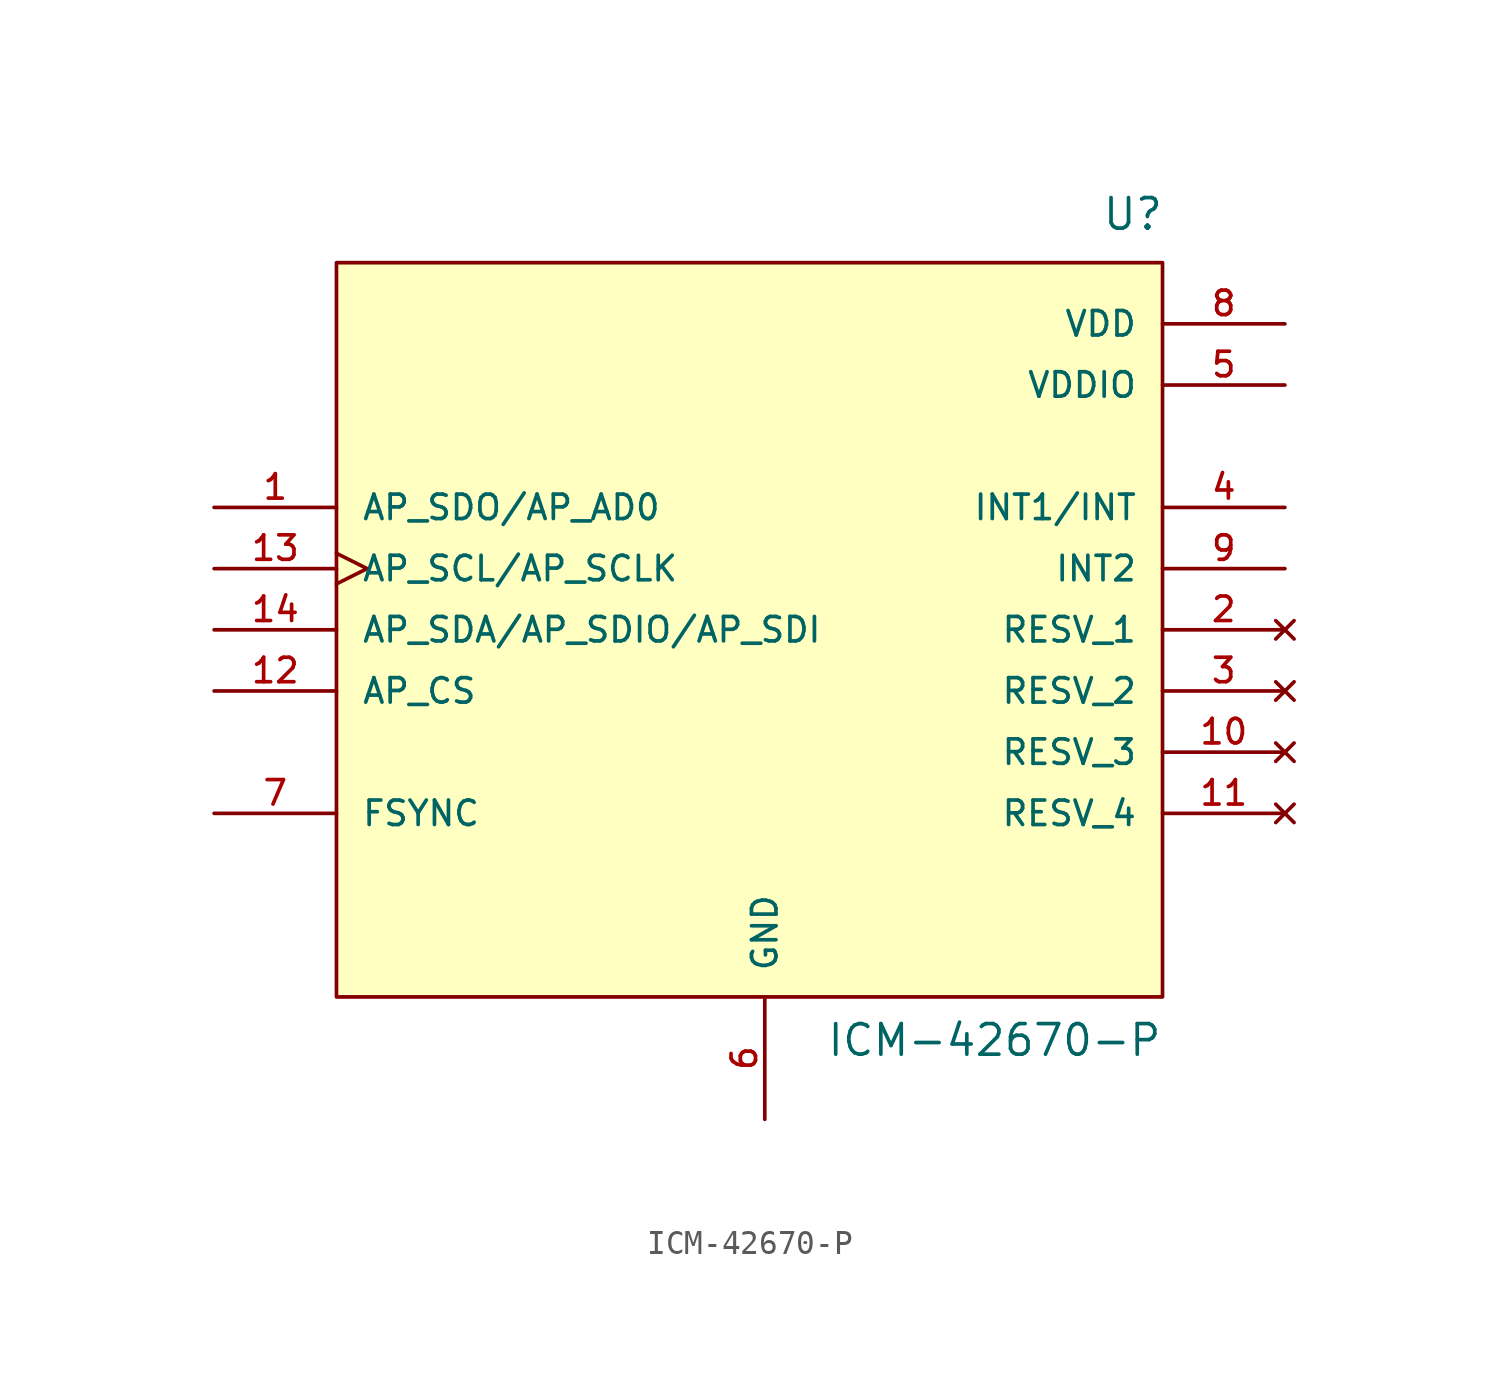
<source format=kicad_sym>
(kicad_symbol_lib
  (version 20241209)
  (generator "kicad_symbol_editor")
  (generator_version "9.0")
  (symbol "ICM-42670-P"
    (pin_names
      (offset 1.016))
    (property "Reference" "U"
      (at 13.97 16.51 0)
      (effects (font (size 1.27 1.27)) (justify left bottom)))
    (property "Value" "ICM-42670-P"
      (at 2.54 -17.78 0)
      (effects (font (size 1.27 1.27)) (justify left bottom)))
    (symbol "ICM-42670-P_0_0"
      (pin bidirectional line (at -22.86 5.08 0) (length 5.08) (name "AP_SDO/AP_AD0" (effects (font (size 1.016 1.016)))) (number "1" (effects (font (size 1.016 1.016)))))
      (pin input clock (at -22.86 2.54 0) (length 5.08) (name "AP_SCL/AP_SCLK" (effects (font (size 1.016 1.016)))) (number "13" (effects (font (size 1.016 1.016)))))
      (pin bidirectional line (at -22.86 0 0) (length 5.08) (name "AP_SDA/AP_SDIO/AP_SDI" (effects (font (size 1.016 1.016)))) (number "14" (effects (font (size 1.016 1.016)))))
      (pin input line (at -22.86 -2.54 0) (length 5.08) (name "AP_CS" (effects (font (size 1.016 1.016)))) (number "12" (effects (font (size 1.016 1.016)))))
      (pin input line (at -22.86 -7.62 0) (length 5.08) (name "FSYNC" (effects (font (size 1.016 1.016)))) (number "7" (effects (font (size 1.016 1.016)))))
      (pin power_in line (at 0 -20.32 90) (length 5.08) (name "GND" (effects (font (size 1.016 1.016)))) (number "6" (effects (font (size 1.016 1.016)))))
      (pin power_in line (at 21.59 12.7 180) (length 5.08) (name "VDD" (effects (font (size 1.016 1.016)))) (number "8" (effects (font (size 1.016 1.016)))))
      (pin power_in line (at 21.59 10.16 180) (length 5.08) (name "VDDIO" (effects (font (size 1.016 1.016)))) (number "5" (effects (font (size 1.016 1.016)))))
      (pin output line (at 21.59 5.08 180) (length 5.08) (name "INT1/INT" (effects (font (size 1.016 1.016)))) (number "4" (effects (font (size 1.016 1.016)))))
      (pin output line (at 21.59 2.54 180) (length 5.08) (name "INT2" (effects (font (size 1.016 1.016)))) (number "9" (effects (font (size 1.016 1.016)))))
      (pin no_connect line (at 21.59 0 180) (length 5.08) (name "RESV_1" (effects (font (size 1.016 1.016)))) (number "2" (effects (font (size 1.016 1.016)))))
      (pin no_connect line (at 21.59 -2.54 180) (length 5.08) (name "RESV_2" (effects (font (size 1.016 1.016)))) (number "3" (effects (font (size 1.016 1.016)))))
      (pin no_connect line (at 21.59 -5.08 180) (length 5.08) (name "RESV_3" (effects (font (size 1.016 1.016)))) (number "10" (effects (font (size 1.016 1.016)))))
      (pin no_connect line (at 21.59 -7.62 180) (length 5.08) (name "RESV_4" (effects (font (size 1.016 1.016)))) (number "11" (effects (font (size 1.016 1.016))))))
    (symbol "ICM-42670-P_1_1"
      (rectangle (start -17.78 15.24) (end 16.51 -15.24) (stroke (width 0) (type default)) (fill (type background))))))
</source>
